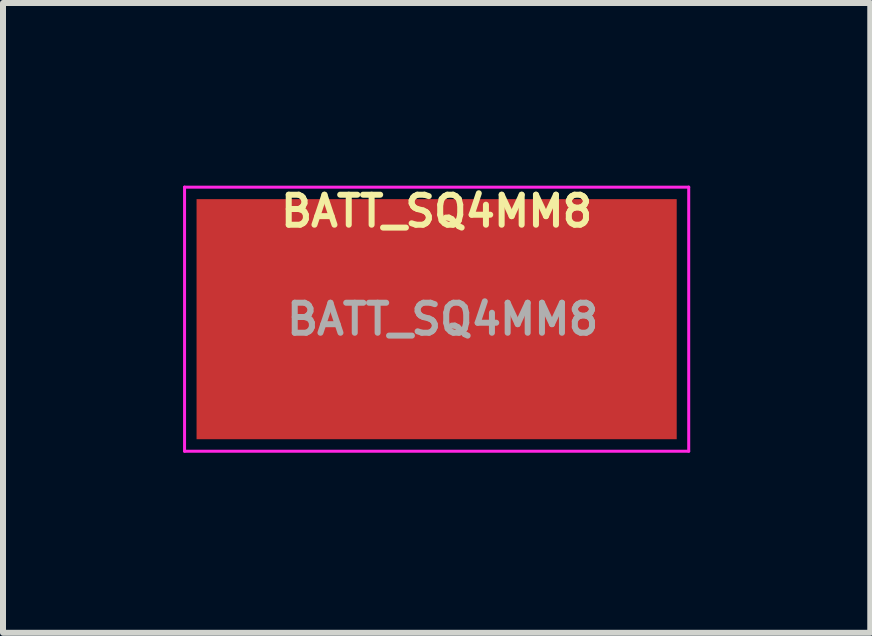
<source format=kicad_pcb>
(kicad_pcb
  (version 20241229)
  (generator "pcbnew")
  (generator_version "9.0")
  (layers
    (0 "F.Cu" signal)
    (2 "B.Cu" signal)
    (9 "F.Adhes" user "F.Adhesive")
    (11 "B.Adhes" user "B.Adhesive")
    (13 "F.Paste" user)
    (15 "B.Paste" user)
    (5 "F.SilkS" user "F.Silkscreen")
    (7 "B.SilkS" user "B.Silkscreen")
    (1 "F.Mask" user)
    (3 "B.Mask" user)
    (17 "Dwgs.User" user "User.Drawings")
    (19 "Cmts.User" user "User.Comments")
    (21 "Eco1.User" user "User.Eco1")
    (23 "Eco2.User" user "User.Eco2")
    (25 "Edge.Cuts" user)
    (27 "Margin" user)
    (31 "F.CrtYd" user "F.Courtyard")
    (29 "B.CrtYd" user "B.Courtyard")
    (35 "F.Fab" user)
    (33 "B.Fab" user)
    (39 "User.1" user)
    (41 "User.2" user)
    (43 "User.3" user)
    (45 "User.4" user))
  (footprint "BATT_SQ4MM8"
    (layer "F.Cu")
    (at 4.225 2.268)
    (property "Reference" "BATT_SQ4MM8" (at 0 -1.8 0) (layer "F.SilkS") (effects (font (size 0.5 0.5) (thickness 0.1))))
    (attr exclude_from_pos_files exclude_from_bom)
    (fp_line (start -4.2 -2.2) (end 4.2 -2.2) (stroke (width 0.05) (type solid)) (layer "F.CrtYd"))
    (fp_line (start -4.2 2.2) (end -4.2 -2.2) (stroke (width 0.05) (type solid)) (layer "F.CrtYd"))
    (fp_line (start 4.2 -2.2) (end 4.2 2.2) (stroke (width 0.05) (type solid)) (layer "F.CrtYd"))
    (fp_line (start 4.2 2.2) (end -4.2 2.2) (stroke (width 0.05) (type solid)) (layer "F.CrtYd"))
    (fp_text user "${REFERENCE}" (at 0.1 0 0) (layer "F.Fab") (effects (font (size 0.5 0.5) (thickness 0.1))))
    (pad "1" smd rect (at 0 0) (size 8 4) (layers "F.Cu" "F.Mask")))
  (gr_rect
    (start -3 -3)
    (end 11.45 7.493)
    (stroke (width 0.1) (type default))
    (fill no)
    (layer "Edge.Cuts")))
</source>
